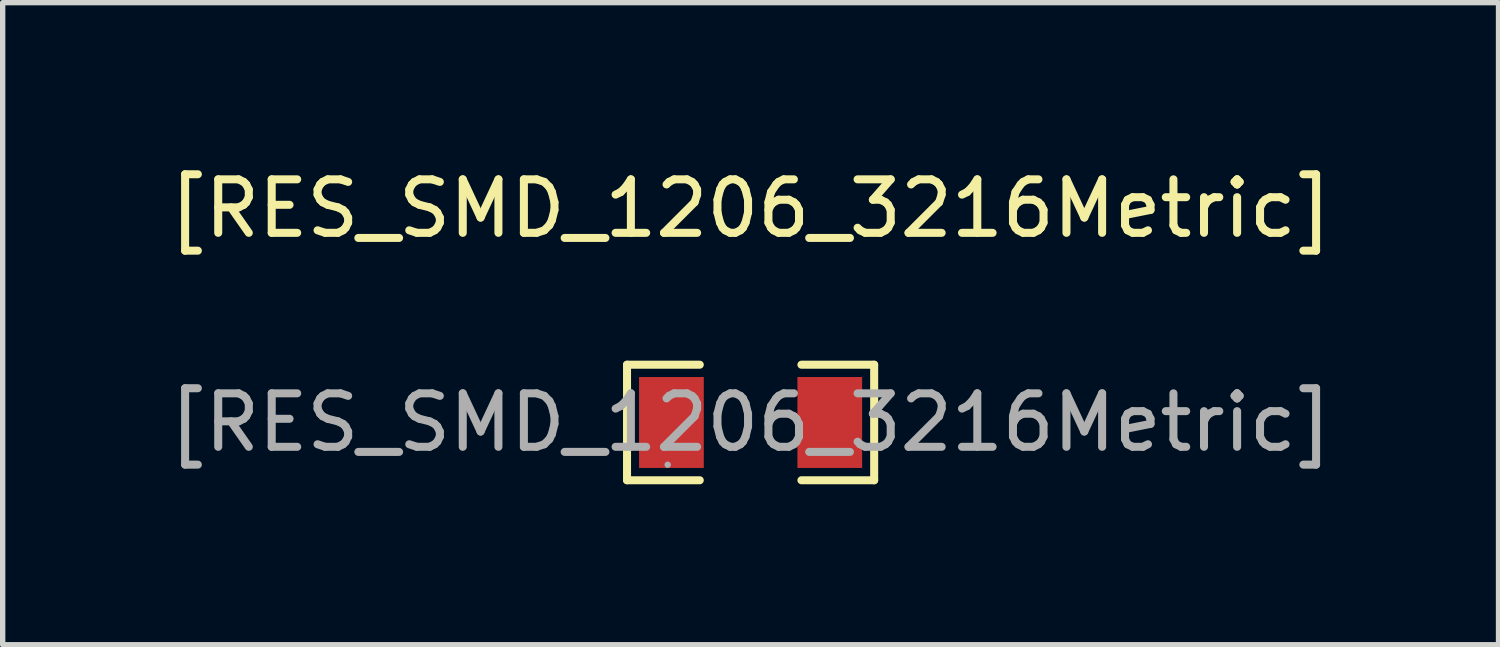
<source format=kicad_pcb>
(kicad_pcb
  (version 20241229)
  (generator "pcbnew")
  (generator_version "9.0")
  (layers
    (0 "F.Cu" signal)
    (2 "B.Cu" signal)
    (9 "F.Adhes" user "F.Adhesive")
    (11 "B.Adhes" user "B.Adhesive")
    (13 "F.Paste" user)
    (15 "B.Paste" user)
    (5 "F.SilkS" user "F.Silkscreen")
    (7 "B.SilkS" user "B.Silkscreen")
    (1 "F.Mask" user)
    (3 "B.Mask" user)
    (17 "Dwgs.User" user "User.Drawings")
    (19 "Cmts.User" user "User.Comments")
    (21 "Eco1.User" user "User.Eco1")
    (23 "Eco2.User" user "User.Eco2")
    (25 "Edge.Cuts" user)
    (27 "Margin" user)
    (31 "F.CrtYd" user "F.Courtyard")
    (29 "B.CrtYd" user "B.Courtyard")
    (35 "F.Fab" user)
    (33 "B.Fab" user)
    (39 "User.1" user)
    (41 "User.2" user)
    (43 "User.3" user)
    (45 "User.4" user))
  (footprint "[RES_SMD_1206_3216Metric]"
    (layer "F.Cu")
    (at 10.982 4.848)
    (property "Reference" "[RES_SMD_1206_3216Metric]" (at 0 -4 0) (layer "F.SilkS") (effects (font (size 1 1) (thickness 0.15))))
    (attr smd)
    (fp_line (start -2.31 -1.08) (end -0.95 -1.08) (stroke (width 0.15) (type solid)) (layer "F.SilkS"))
    (fp_line (start -2.31 1.08) (end -2.31 -1.08) (stroke (width 0.15) (type solid)) (layer "F.SilkS"))
    (fp_line (start -0.95 1.08) (end -2.31 1.08) (stroke (width 0.15) (type solid)) (layer "F.SilkS"))
    (fp_line (start 0.95 1.08) (end 2.31 1.08) (stroke (width 0.15) (type solid)) (layer "F.SilkS"))
    (fp_line (start 2.31 -1.08) (end 0.95 -1.08) (stroke (width 0.15) (type solid)) (layer "F.SilkS"))
    (fp_line (start 2.31 1.08) (end 2.31 -1.08) (stroke (width 0.15) (type solid)) (layer "F.SilkS"))
    (fp_circle (center -1.55 0.79) (end -1.52 0.79) (stroke (width 0.06) (type solid)) (fill no) (layer "F.Fab"))
    (fp_text user "${REFERENCE}" (at 0 0 0) (layer "F.Fab") (effects (font (size 1 1) (thickness 0.15))))
    (pad "1" smd rect (at -1.48 0) (size 1.21 1.7) (layers "F.Cu" "F.Mask" "F.Paste"))
    (pad "2" smd rect (at 1.48 0) (size 1.21 1.7) (layers "F.Cu" "F.Mask" "F.Paste")))
  (gr_rect
    (start -3 -3)
    (end 24.964 9.003)
    (stroke (width 0.1) (type default))
    (fill no)
    (layer "Edge.Cuts")))
</source>
